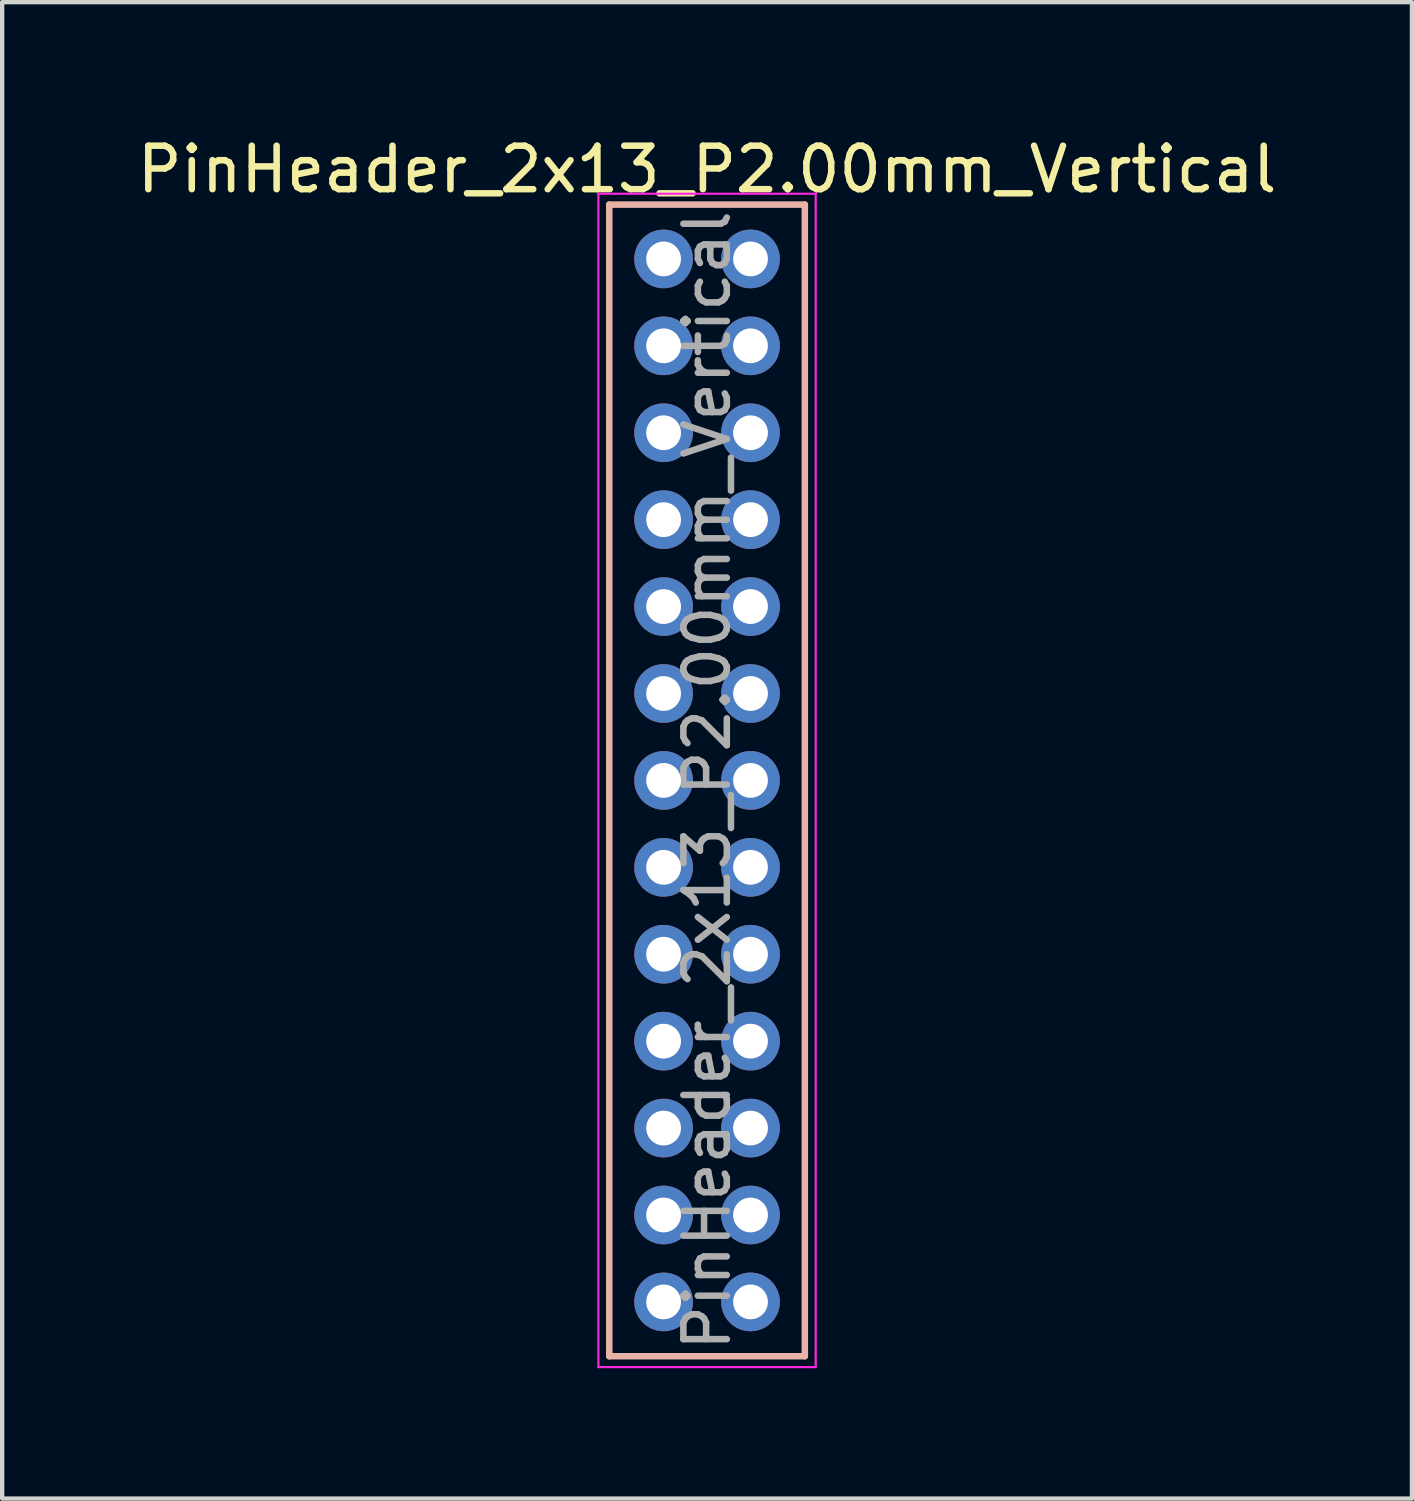
<source format=kicad_pcb>
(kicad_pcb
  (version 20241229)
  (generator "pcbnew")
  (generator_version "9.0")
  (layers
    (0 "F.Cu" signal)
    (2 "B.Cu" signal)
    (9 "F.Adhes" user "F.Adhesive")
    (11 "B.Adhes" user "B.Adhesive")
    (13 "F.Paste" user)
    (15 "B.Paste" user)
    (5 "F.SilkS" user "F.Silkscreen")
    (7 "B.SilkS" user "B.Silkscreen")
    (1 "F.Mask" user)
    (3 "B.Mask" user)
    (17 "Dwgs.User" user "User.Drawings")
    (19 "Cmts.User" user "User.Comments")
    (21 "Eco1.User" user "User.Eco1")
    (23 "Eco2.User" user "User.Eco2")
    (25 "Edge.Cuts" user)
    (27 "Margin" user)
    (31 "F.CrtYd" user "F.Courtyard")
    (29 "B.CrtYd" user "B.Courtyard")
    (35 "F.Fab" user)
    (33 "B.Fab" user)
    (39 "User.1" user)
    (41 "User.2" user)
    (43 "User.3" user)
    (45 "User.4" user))
  (footprint "PinHeader_2x13_P2.00mm_Vertical"
    (layer "F.Cu")
    (at 12.22 2.908)
    (property "Reference" "PinHeader_2x13_P2.00mm_Vertical" (at 1 -2.06 0) (layer "F.SilkS") (effects (font (size 1 1) (thickness 0.15))))
    (attr through_hole)
    (fp_line (start -1.25 -1.25) (end -1.25 25.25) (stroke (width 0.15) (type solid)) (layer "B.SilkS"))
    (fp_line (start -1.25 25.25) (end 3.25 25.25) (stroke (width 0.15) (type solid)) (layer "B.SilkS"))
    (fp_line (start 3.25 -1.25) (end -1.25 -1.25) (stroke (width 0.15) (type solid)) (layer "B.SilkS"))
    (fp_line (start 3.25 25.25) (end 3.25 -1.25) (stroke (width 0.15) (type solid)) (layer "B.SilkS"))
    (fp_line (start -1.5 -1.5) (end -1.5 25.5) (stroke (width 0.05) (type solid)) (layer "F.CrtYd"))
    (fp_line (start -1.5 25.5) (end 3.5 25.5) (stroke (width 0.05) (type solid)) (layer "F.CrtYd"))
    (fp_line (start 3.5 -1.5) (end -1.5 -1.5) (stroke (width 0.05) (type solid)) (layer "F.CrtYd"))
    (fp_line (start 3.5 25.5) (end 3.5 -1.5) (stroke (width 0.05) (type solid)) (layer "F.CrtYd"))
    (fp_text user "${REFERENCE}" (at 1 12 90) (layer "F.Fab") (effects (font (size 1 1) (thickness 0.15))))
    (pad "1" thru_hole circle (at 0 0) (size 1.35 1.35) (drill 0.8) (layers "*.Cu" "*.Mask"))
    (pad "2" thru_hole oval (at 2 0) (size 1.35 1.35) (drill 0.8) (layers "*.Cu" "*.Mask"))
    (pad "3" thru_hole oval (at 0 2) (size 1.35 1.35) (drill 0.8) (layers "*.Cu" "*.Mask"))
    (pad "4" thru_hole oval (at 2 2) (size 1.35 1.35) (drill 0.8) (layers "*.Cu" "*.Mask"))
    (pad "5" thru_hole oval (at 0 4) (size 1.35 1.35) (drill 0.8) (layers "*.Cu" "*.Mask"))
    (pad "6" thru_hole oval (at 2 4) (size 1.35 1.35) (drill 0.8) (layers "*.Cu" "*.Mask"))
    (pad "7" thru_hole oval (at 0 6) (size 1.35 1.35) (drill 0.8) (layers "*.Cu" "*.Mask"))
    (pad "8" thru_hole oval (at 2 6) (size 1.35 1.35) (drill 0.8) (layers "*.Cu" "*.Mask"))
    (pad "9" thru_hole oval (at 0 8) (size 1.35 1.35) (drill 0.8) (layers "*.Cu" "*.Mask"))
    (pad "10" thru_hole oval (at 2 8) (size 1.35 1.35) (drill 0.8) (layers "*.Cu" "*.Mask"))
    (pad "11" thru_hole oval (at 0 10) (size 1.35 1.35) (drill 0.8) (layers "*.Cu" "*.Mask"))
    (pad "12" thru_hole oval (at 2 10) (size 1.35 1.35) (drill 0.8) (layers "*.Cu" "*.Mask"))
    (pad "13" thru_hole oval (at 0 12) (size 1.35 1.35) (drill 0.8) (layers "*.Cu" "*.Mask"))
    (pad "14" thru_hole oval (at 2 12) (size 1.35 1.35) (drill 0.8) (layers "*.Cu" "*.Mask"))
    (pad "15" thru_hole oval (at 0 14) (size 1.35 1.35) (drill 0.8) (layers "*.Cu" "*.Mask"))
    (pad "16" thru_hole oval (at 2 14) (size 1.35 1.35) (drill 0.8) (layers "*.Cu" "*.Mask"))
    (pad "17" thru_hole oval (at 0 16) (size 1.35 1.35) (drill 0.8) (layers "*.Cu" "*.Mask"))
    (pad "18" thru_hole oval (at 2 16) (size 1.35 1.35) (drill 0.8) (layers "*.Cu" "*.Mask"))
    (pad "19" thru_hole oval (at 0 18) (size 1.35 1.35) (drill 0.8) (layers "*.Cu" "*.Mask"))
    (pad "20" thru_hole oval (at 2 18) (size 1.35 1.35) (drill 0.8) (layers "*.Cu" "*.Mask"))
    (pad "21" thru_hole oval (at 0 20) (size 1.35 1.35) (drill 0.8) (layers "*.Cu" "*.Mask"))
    (pad "22" thru_hole oval (at 2 20) (size 1.35 1.35) (drill 0.8) (layers "*.Cu" "*.Mask"))
    (pad "23" thru_hole oval (at 0 22) (size 1.35 1.35) (drill 0.8) (layers "*.Cu" "*.Mask"))
    (pad "24" thru_hole oval (at 2 22) (size 1.35 1.35) (drill 0.8) (layers "*.Cu" "*.Mask"))
    (pad "25" thru_hole oval (at 0 24) (size 1.35 1.35) (drill 0.8) (layers "*.Cu" "*.Mask"))
    (pad "26" thru_hole oval (at 2 24) (size 1.35 1.35) (drill 0.8) (layers "*.Cu" "*.Mask")))
  (gr_rect
    (start -3 -3)
    (end 29.44 31.433)
    (stroke (width 0.1) (type default))
    (fill no)
    (layer "Edge.Cuts")))
</source>
